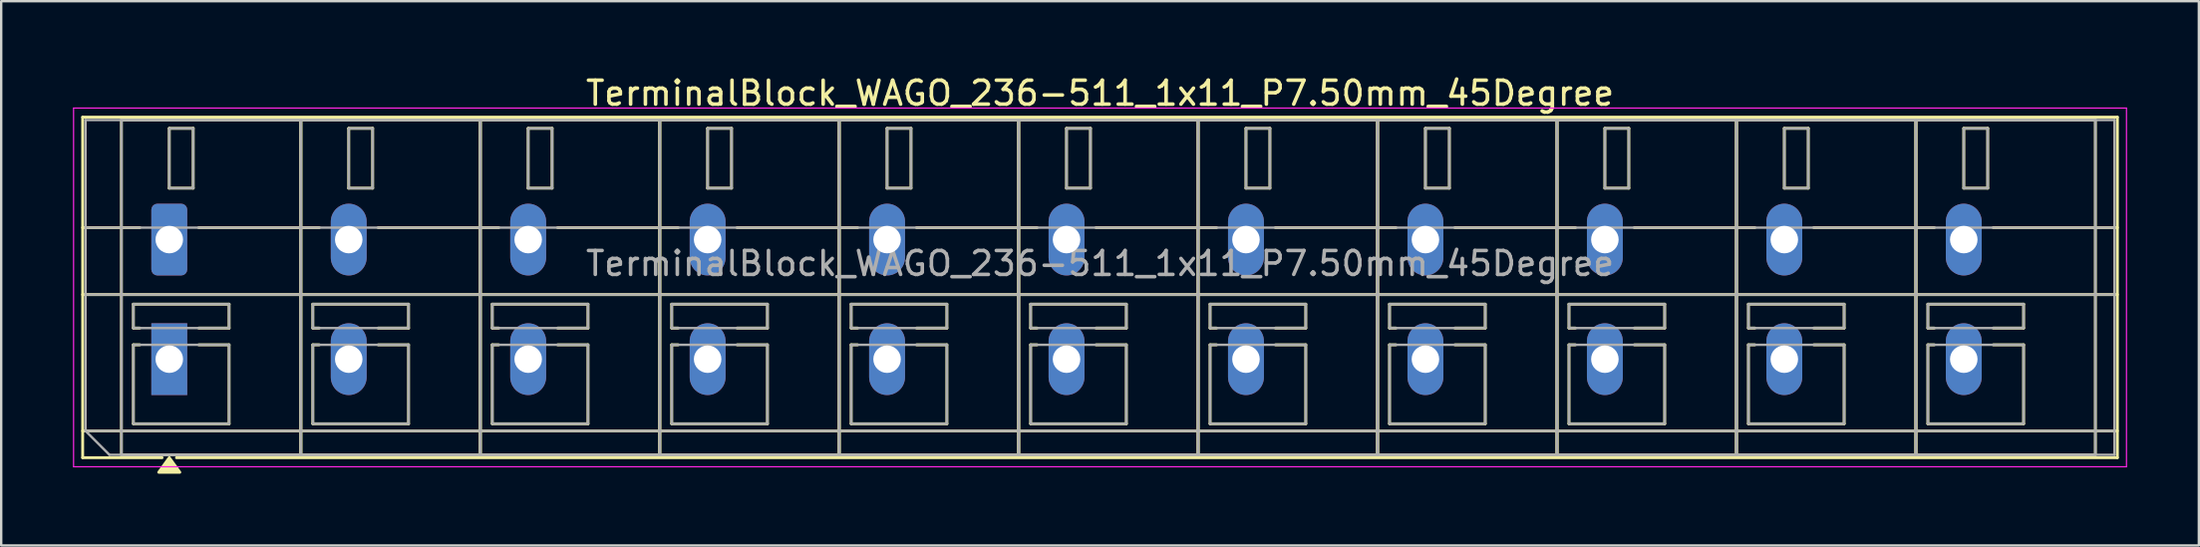
<source format=kicad_pcb>
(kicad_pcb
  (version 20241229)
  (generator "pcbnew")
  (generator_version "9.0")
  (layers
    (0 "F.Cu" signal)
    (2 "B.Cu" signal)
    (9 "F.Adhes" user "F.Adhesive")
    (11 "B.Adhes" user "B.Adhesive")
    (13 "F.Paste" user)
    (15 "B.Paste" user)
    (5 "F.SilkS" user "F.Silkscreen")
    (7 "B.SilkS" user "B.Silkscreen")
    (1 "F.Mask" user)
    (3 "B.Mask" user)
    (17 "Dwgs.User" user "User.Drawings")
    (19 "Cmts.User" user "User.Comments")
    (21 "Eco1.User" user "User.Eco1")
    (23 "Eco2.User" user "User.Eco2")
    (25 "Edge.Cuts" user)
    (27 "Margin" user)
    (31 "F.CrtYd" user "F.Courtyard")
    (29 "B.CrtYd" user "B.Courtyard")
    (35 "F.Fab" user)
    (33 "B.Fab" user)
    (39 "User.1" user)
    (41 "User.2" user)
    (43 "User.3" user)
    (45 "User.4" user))
  (footprint "TerminalBlock_WAGO_236-511_1x11_P7.50mm_45Degree"
    (layer "F.Cu")
    (at 4.025 6.968)
    (property "Reference" "TerminalBlock_WAGO_236-511_1x11_P7.50mm_45Degree" (at 38.9 -6.12 0) (layer "F.SilkS") (effects (font (size 1 1) (thickness 0.15))))
    (attr through_hole)
    (fp_line (start -3.62 -5.12) (end 81.42 -5.12) (stroke (width 0.12) (type solid)) (layer "F.SilkS"))
    (fp_line (start -3.62 -0.5) (end -1.23 -0.5) (stroke (width 0.12) (type solid)) (layer "F.SilkS"))
    (fp_line (start -3.62 2.3) (end 81.42 2.3) (stroke (width 0.12) (type solid)) (layer "F.SilkS"))
    (fp_line (start -3.62 8) (end 81.42 8) (stroke (width 0.12) (type solid)) (layer "F.SilkS"))
    (fp_line (start -3.62 9.12) (end -3.62 -5.12) (stroke (width 0.12) (type solid)) (layer "F.SilkS"))
    (fp_line (start -2 -5) (end 5.5 -5) (stroke (width 0.12) (type solid)) (layer "F.SilkS"))
    (fp_line (start -2 9) (end -2 -5) (stroke (width 0.12) (type solid)) (layer "F.SilkS"))
    (fp_line (start -1.5 2.7) (end 2.5 2.7) (stroke (width 0.12) (type solid)) (layer "F.SilkS"))
    (fp_line (start -1.5 3.7) (end -1.5 2.7) (stroke (width 0.12) (type solid)) (layer "F.SilkS"))
    (fp_line (start -1.5 4.4) (end -1.23 4.4) (stroke (width 0.12) (type solid)) (layer "F.SilkS"))
    (fp_line (start -1.5 7.7) (end -1.5 4.4) (stroke (width 0.12) (type solid)) (layer "F.SilkS"))
    (fp_line (start -1.23 3.7) (end -1.5 3.7) (stroke (width 0.12) (type solid)) (layer "F.SilkS"))
    (fp_line (start -0.3 9.12) (end -3.62 9.12) (stroke (width 0.12) (type solid)) (layer "F.SilkS"))
    (fp_line (start 0 -4.65) (end 1 -4.65) (stroke (width 0.12) (type solid)) (layer "F.SilkS"))
    (fp_line (start 0 -2.15) (end 0 -4.65) (stroke (width 0.12) (type solid)) (layer "F.SilkS"))
    (fp_line (start 1 -4.65) (end 1 -2.15) (stroke (width 0.12) (type solid)) (layer "F.SilkS"))
    (fp_line (start 1 -2.15) (end 0 -2.15) (stroke (width 0.12) (type solid)) (layer "F.SilkS"))
    (fp_line (start 1.23 -0.5) (end 6.27 -0.5) (stroke (width 0.12) (type solid)) (layer "F.SilkS"))
    (fp_line (start 1.23 4.4) (end 2.5 4.4) (stroke (width 0.12) (type solid)) (layer "F.SilkS"))
    (fp_line (start 2.5 2.7) (end 2.5 3.7) (stroke (width 0.12) (type solid)) (layer "F.SilkS"))
    (fp_line (start 2.5 3.7) (end 1.23 3.7) (stroke (width 0.12) (type solid)) (layer "F.SilkS"))
    (fp_line (start 2.5 4.4) (end 2.5 7.7) (stroke (width 0.12) (type solid)) (layer "F.SilkS"))
    (fp_line (start 2.5 7.7) (end -1.5 7.7) (stroke (width 0.12) (type solid)) (layer "F.SilkS"))
    (fp_line (start 5.5 -5) (end 5.5 9) (stroke (width 0.12) (type solid)) (layer "F.SilkS"))
    (fp_line (start 5.5 -5) (end 13 -5) (stroke (width 0.12) (type solid)) (layer "F.SilkS"))
    (fp_line (start 5.5 9) (end -2 9) (stroke (width 0.12) (type solid)) (layer "F.SilkS"))
    (fp_line (start 5.5 9) (end 5.5 -5) (stroke (width 0.12) (type solid)) (layer "F.SilkS"))
    (fp_line (start 6 2.7) (end 10 2.7) (stroke (width 0.12) (type solid)) (layer "F.SilkS"))
    (fp_line (start 6 3.7) (end 6 2.7) (stroke (width 0.12) (type solid)) (layer "F.SilkS"))
    (fp_line (start 6 4.4) (end 6.27 4.4) (stroke (width 0.12) (type solid)) (layer "F.SilkS"))
    (fp_line (start 6 7.7) (end 6 4.4) (stroke (width 0.12) (type solid)) (layer "F.SilkS"))
    (fp_line (start 6.27 3.7) (end 6 3.7) (stroke (width 0.12) (type solid)) (layer "F.SilkS"))
    (fp_line (start 7.5 -4.65) (end 8.5 -4.65) (stroke (width 0.12) (type solid)) (layer "F.SilkS"))
    (fp_line (start 7.5 -2.15) (end 7.5 -4.65) (stroke (width 0.12) (type solid)) (layer "F.SilkS"))
    (fp_line (start 8.5 -4.65) (end 8.5 -2.15) (stroke (width 0.12) (type solid)) (layer "F.SilkS"))
    (fp_line (start 8.5 -2.15) (end 7.5 -2.15) (stroke (width 0.12) (type solid)) (layer "F.SilkS"))
    (fp_line (start 8.73 -0.5) (end 13.77 -0.5) (stroke (width 0.12) (type solid)) (layer "F.SilkS"))
    (fp_line (start 8.73 4.4) (end 10 4.4) (stroke (width 0.12) (type solid)) (layer "F.SilkS"))
    (fp_line (start 10 2.7) (end 10 3.7) (stroke (width 0.12) (type solid)) (layer "F.SilkS"))
    (fp_line (start 10 3.7) (end 8.73 3.7) (stroke (width 0.12) (type solid)) (layer "F.SilkS"))
    (fp_line (start 10 4.4) (end 10 7.7) (stroke (width 0.12) (type solid)) (layer "F.SilkS"))
    (fp_line (start 10 7.7) (end 6 7.7) (stroke (width 0.12) (type solid)) (layer "F.SilkS"))
    (fp_line (start 13 -5) (end 13 9) (stroke (width 0.12) (type solid)) (layer "F.SilkS"))
    (fp_line (start 13 -5) (end 20.5 -5) (stroke (width 0.12) (type solid)) (layer "F.SilkS"))
    (fp_line (start 13 9) (end 5.5 9) (stroke (width 0.12) (type solid)) (layer "F.SilkS"))
    (fp_line (start 13 9) (end 13 -5) (stroke (width 0.12) (type solid)) (layer "F.SilkS"))
    (fp_line (start 13.5 2.7) (end 17.5 2.7) (stroke (width 0.12) (type solid)) (layer "F.SilkS"))
    (fp_line (start 13.5 3.7) (end 13.5 2.7) (stroke (width 0.12) (type solid)) (layer "F.SilkS"))
    (fp_line (start 13.5 4.4) (end 13.77 4.4) (stroke (width 0.12) (type solid)) (layer "F.SilkS"))
    (fp_line (start 13.5 7.7) (end 13.5 4.4) (stroke (width 0.12) (type solid)) (layer "F.SilkS"))
    (fp_line (start 13.77 3.7) (end 13.5 3.7) (stroke (width 0.12) (type solid)) (layer "F.SilkS"))
    (fp_line (start 15 -4.65) (end 16 -4.65) (stroke (width 0.12) (type solid)) (layer "F.SilkS"))
    (fp_line (start 15 -2.15) (end 15 -4.65) (stroke (width 0.12) (type solid)) (layer "F.SilkS"))
    (fp_line (start 16 -4.65) (end 16 -2.15) (stroke (width 0.12) (type solid)) (layer "F.SilkS"))
    (fp_line (start 16 -2.15) (end 15 -2.15) (stroke (width 0.12) (type solid)) (layer "F.SilkS"))
    (fp_line (start 16.23 -0.5) (end 21.27 -0.5) (stroke (width 0.12) (type solid)) (layer "F.SilkS"))
    (fp_line (start 16.23 4.4) (end 17.5 4.4) (stroke (width 0.12) (type solid)) (layer "F.SilkS"))
    (fp_line (start 17.5 2.7) (end 17.5 3.7) (stroke (width 0.12) (type solid)) (layer "F.SilkS"))
    (fp_line (start 17.5 3.7) (end 16.23 3.7) (stroke (width 0.12) (type solid)) (layer "F.SilkS"))
    (fp_line (start 17.5 4.4) (end 17.5 7.7) (stroke (width 0.12) (type solid)) (layer "F.SilkS"))
    (fp_line (start 17.5 7.7) (end 13.5 7.7) (stroke (width 0.12) (type solid)) (layer "F.SilkS"))
    (fp_line (start 20.5 -5) (end 20.5 9) (stroke (width 0.12) (type solid)) (layer "F.SilkS"))
    (fp_line (start 20.5 -5) (end 28 -5) (stroke (width 0.12) (type solid)) (layer "F.SilkS"))
    (fp_line (start 20.5 9) (end 13 9) (stroke (width 0.12) (type solid)) (layer "F.SilkS"))
    (fp_line (start 20.5 9) (end 20.5 -5) (stroke (width 0.12) (type solid)) (layer "F.SilkS"))
    (fp_line (start 21 2.7) (end 25 2.7) (stroke (width 0.12) (type solid)) (layer "F.SilkS"))
    (fp_line (start 21 3.7) (end 21 2.7) (stroke (width 0.12) (type solid)) (layer "F.SilkS"))
    (fp_line (start 21 4.4) (end 21.27 4.4) (stroke (width 0.12) (type solid)) (layer "F.SilkS"))
    (fp_line (start 21 7.7) (end 21 4.4) (stroke (width 0.12) (type solid)) (layer "F.SilkS"))
    (fp_line (start 21.27 3.7) (end 21 3.7) (stroke (width 0.12) (type solid)) (layer "F.SilkS"))
    (fp_line (start 22.5 -4.65) (end 23.5 -4.65) (stroke (width 0.12) (type solid)) (layer "F.SilkS"))
    (fp_line (start 22.5 -2.15) (end 22.5 -4.65) (stroke (width 0.12) (type solid)) (layer "F.SilkS"))
    (fp_line (start 23.5 -4.65) (end 23.5 -2.15) (stroke (width 0.12) (type solid)) (layer "F.SilkS"))
    (fp_line (start 23.5 -2.15) (end 22.5 -2.15) (stroke (width 0.12) (type solid)) (layer "F.SilkS"))
    (fp_line (start 23.73 -0.5) (end 28.77 -0.5) (stroke (width 0.12) (type solid)) (layer "F.SilkS"))
    (fp_line (start 23.73 4.4) (end 25 4.4) (stroke (width 0.12) (type solid)) (layer "F.SilkS"))
    (fp_line (start 25 2.7) (end 25 3.7) (stroke (width 0.12) (type solid)) (layer "F.SilkS"))
    (fp_line (start 25 3.7) (end 23.73 3.7) (stroke (width 0.12) (type solid)) (layer "F.SilkS"))
    (fp_line (start 25 4.4) (end 25 7.7) (stroke (width 0.12) (type solid)) (layer "F.SilkS"))
    (fp_line (start 25 7.7) (end 21 7.7) (stroke (width 0.12) (type solid)) (layer "F.SilkS"))
    (fp_line (start 28 -5) (end 28 9) (stroke (width 0.12) (type solid)) (layer "F.SilkS"))
    (fp_line (start 28 -5) (end 35.5 -5) (stroke (width 0.12) (type solid)) (layer "F.SilkS"))
    (fp_line (start 28 9) (end 20.5 9) (stroke (width 0.12) (type solid)) (layer "F.SilkS"))
    (fp_line (start 28 9) (end 28 -5) (stroke (width 0.12) (type solid)) (layer "F.SilkS"))
    (fp_line (start 28.5 2.7) (end 32.5 2.7) (stroke (width 0.12) (type solid)) (layer "F.SilkS"))
    (fp_line (start 28.5 3.7) (end 28.5 2.7) (stroke (width 0.12) (type solid)) (layer "F.SilkS"))
    (fp_line (start 28.5 4.4) (end 28.77 4.4) (stroke (width 0.12) (type solid)) (layer "F.SilkS"))
    (fp_line (start 28.5 7.7) (end 28.5 4.4) (stroke (width 0.12) (type solid)) (layer "F.SilkS"))
    (fp_line (start 28.77 3.7) (end 28.5 3.7) (stroke (width 0.12) (type solid)) (layer "F.SilkS"))
    (fp_line (start 30 -4.65) (end 31 -4.65) (stroke (width 0.12) (type solid)) (layer "F.SilkS"))
    (fp_line (start 30 -2.15) (end 30 -4.65) (stroke (width 0.12) (type solid)) (layer "F.SilkS"))
    (fp_line (start 31 -4.65) (end 31 -2.15) (stroke (width 0.12) (type solid)) (layer "F.SilkS"))
    (fp_line (start 31 -2.15) (end 30 -2.15) (stroke (width 0.12) (type solid)) (layer "F.SilkS"))
    (fp_line (start 31.23 -0.5) (end 36.27 -0.5) (stroke (width 0.12) (type solid)) (layer "F.SilkS"))
    (fp_line (start 31.23 4.4) (end 32.5 4.4) (stroke (width 0.12) (type solid)) (layer "F.SilkS"))
    (fp_line (start 32.5 2.7) (end 32.5 3.7) (stroke (width 0.12) (type solid)) (layer "F.SilkS"))
    (fp_line (start 32.5 3.7) (end 31.23 3.7) (stroke (width 0.12) (type solid)) (layer "F.SilkS"))
    (fp_line (start 32.5 4.4) (end 32.5 7.7) (stroke (width 0.12) (type solid)) (layer "F.SilkS"))
    (fp_line (start 32.5 7.7) (end 28.5 7.7) (stroke (width 0.12) (type solid)) (layer "F.SilkS"))
    (fp_line (start 35.5 -5) (end 35.5 9) (stroke (width 0.12) (type solid)) (layer "F.SilkS"))
    (fp_line (start 35.5 -5) (end 43 -5) (stroke (width 0.12) (type solid)) (layer "F.SilkS"))
    (fp_line (start 35.5 9) (end 28 9) (stroke (width 0.12) (type solid)) (layer "F.SilkS"))
    (fp_line (start 35.5 9) (end 35.5 -5) (stroke (width 0.12) (type solid)) (layer "F.SilkS"))
    (fp_line (start 36 2.7) (end 40 2.7) (stroke (width 0.12) (type solid)) (layer "F.SilkS"))
    (fp_line (start 36 3.7) (end 36 2.7) (stroke (width 0.12) (type solid)) (layer "F.SilkS"))
    (fp_line (start 36 4.4) (end 36.27 4.4) (stroke (width 0.12) (type solid)) (layer "F.SilkS"))
    (fp_line (start 36 7.7) (end 36 4.4) (stroke (width 0.12) (type solid)) (layer "F.SilkS"))
    (fp_line (start 36.27 3.7) (end 36 3.7) (stroke (width 0.12) (type solid)) (layer "F.SilkS"))
    (fp_line (start 37.5 -4.65) (end 38.5 -4.65) (stroke (width 0.12) (type solid)) (layer "F.SilkS"))
    (fp_line (start 37.5 -2.15) (end 37.5 -4.65) (stroke (width 0.12) (type solid)) (layer "F.SilkS"))
    (fp_line (start 38.5 -4.65) (end 38.5 -2.15) (stroke (width 0.12) (type solid)) (layer "F.SilkS"))
    (fp_line (start 38.5 -2.15) (end 37.5 -2.15) (stroke (width 0.12) (type solid)) (layer "F.SilkS"))
    (fp_line (start 38.73 -0.5) (end 43.77 -0.5) (stroke (width 0.12) (type solid)) (layer "F.SilkS"))
    (fp_line (start 38.73 4.4) (end 40 4.4) (stroke (width 0.12) (type solid)) (layer "F.SilkS"))
    (fp_line (start 40 2.7) (end 40 3.7) (stroke (width 0.12) (type solid)) (layer "F.SilkS"))
    (fp_line (start 40 3.7) (end 38.73 3.7) (stroke (width 0.12) (type solid)) (layer "F.SilkS"))
    (fp_line (start 40 4.4) (end 40 7.7) (stroke (width 0.12) (type solid)) (layer "F.SilkS"))
    (fp_line (start 40 7.7) (end 36 7.7) (stroke (width 0.12) (type solid)) (layer "F.SilkS"))
    (fp_line (start 43 -5) (end 43 9) (stroke (width 0.12) (type solid)) (layer "F.SilkS"))
    (fp_line (start 43 -5) (end 50.5 -5) (stroke (width 0.12) (type solid)) (layer "F.SilkS"))
    (fp_line (start 43 9) (end 35.5 9) (stroke (width 0.12) (type solid)) (layer "F.SilkS"))
    (fp_line (start 43 9) (end 43 -5) (stroke (width 0.12) (type solid)) (layer "F.SilkS"))
    (fp_line (start 43.5 2.7) (end 47.5 2.7) (stroke (width 0.12) (type solid)) (layer "F.SilkS"))
    (fp_line (start 43.5 3.7) (end 43.5 2.7) (stroke (width 0.12) (type solid)) (layer "F.SilkS"))
    (fp_line (start 43.5 4.4) (end 43.77 4.4) (stroke (width 0.12) (type solid)) (layer "F.SilkS"))
    (fp_line (start 43.5 7.7) (end 43.5 4.4) (stroke (width 0.12) (type solid)) (layer "F.SilkS"))
    (fp_line (start 43.77 3.7) (end 43.5 3.7) (stroke (width 0.12) (type solid)) (layer "F.SilkS"))
    (fp_line (start 45 -4.65) (end 46 -4.65) (stroke (width 0.12) (type solid)) (layer "F.SilkS"))
    (fp_line (start 45 -2.15) (end 45 -4.65) (stroke (width 0.12) (type solid)) (layer "F.SilkS"))
    (fp_line (start 46 -4.65) (end 46 -2.15) (stroke (width 0.12) (type solid)) (layer "F.SilkS"))
    (fp_line (start 46 -2.15) (end 45 -2.15) (stroke (width 0.12) (type solid)) (layer "F.SilkS"))
    (fp_line (start 46.23 -0.5) (end 51.27 -0.5) (stroke (width 0.12) (type solid)) (layer "F.SilkS"))
    (fp_line (start 46.23 4.4) (end 47.5 4.4) (stroke (width 0.12) (type solid)) (layer "F.SilkS"))
    (fp_line (start 47.5 2.7) (end 47.5 3.7) (stroke (width 0.12) (type solid)) (layer "F.SilkS"))
    (fp_line (start 47.5 3.7) (end 46.23 3.7) (stroke (width 0.12) (type solid)) (layer "F.SilkS"))
    (fp_line (start 47.5 4.4) (end 47.5 7.7) (stroke (width 0.12) (type solid)) (layer "F.SilkS"))
    (fp_line (start 47.5 7.7) (end 43.5 7.7) (stroke (width 0.12) (type solid)) (layer "F.SilkS"))
    (fp_line (start 50.5 -5) (end 50.5 9) (stroke (width 0.12) (type solid)) (layer "F.SilkS"))
    (fp_line (start 50.5 -5) (end 58 -5) (stroke (width 0.12) (type solid)) (layer "F.SilkS"))
    (fp_line (start 50.5 9) (end 43 9) (stroke (width 0.12) (type solid)) (layer "F.SilkS"))
    (fp_line (start 50.5 9) (end 50.5 -5) (stroke (width 0.12) (type solid)) (layer "F.SilkS"))
    (fp_line (start 51 2.7) (end 55 2.7) (stroke (width 0.12) (type solid)) (layer "F.SilkS"))
    (fp_line (start 51 3.7) (end 51 2.7) (stroke (width 0.12) (type solid)) (layer "F.SilkS"))
    (fp_line (start 51 4.4) (end 51.27 4.4) (stroke (width 0.12) (type solid)) (layer "F.SilkS"))
    (fp_line (start 51 7.7) (end 51 4.4) (stroke (width 0.12) (type solid)) (layer "F.SilkS"))
    (fp_line (start 51.27 3.7) (end 51 3.7) (stroke (width 0.12) (type solid)) (layer "F.SilkS"))
    (fp_line (start 52.5 -4.65) (end 53.5 -4.65) (stroke (width 0.12) (type solid)) (layer "F.SilkS"))
    (fp_line (start 52.5 -2.15) (end 52.5 -4.65) (stroke (width 0.12) (type solid)) (layer "F.SilkS"))
    (fp_line (start 53.5 -4.65) (end 53.5 -2.15) (stroke (width 0.12) (type solid)) (layer "F.SilkS"))
    (fp_line (start 53.5 -2.15) (end 52.5 -2.15) (stroke (width 0.12) (type solid)) (layer "F.SilkS"))
    (fp_line (start 53.73 -0.5) (end 58.77 -0.5) (stroke (width 0.12) (type solid)) (layer "F.SilkS"))
    (fp_line (start 53.73 4.4) (end 55 4.4) (stroke (width 0.12) (type solid)) (layer "F.SilkS"))
    (fp_line (start 55 2.7) (end 55 3.7) (stroke (width 0.12) (type solid)) (layer "F.SilkS"))
    (fp_line (start 55 3.7) (end 53.73 3.7) (stroke (width 0.12) (type solid)) (layer "F.SilkS"))
    (fp_line (start 55 4.4) (end 55 7.7) (stroke (width 0.12) (type solid)) (layer "F.SilkS"))
    (fp_line (start 55 7.7) (end 51 7.7) (stroke (width 0.12) (type solid)) (layer "F.SilkS"))
    (fp_line (start 58 -5) (end 58 9) (stroke (width 0.12) (type solid)) (layer "F.SilkS"))
    (fp_line (start 58 -5) (end 65.5 -5) (stroke (width 0.12) (type solid)) (layer "F.SilkS"))
    (fp_line (start 58 9) (end 50.5 9) (stroke (width 0.12) (type solid)) (layer "F.SilkS"))
    (fp_line (start 58 9) (end 58 -5) (stroke (width 0.12) (type solid)) (layer "F.SilkS"))
    (fp_line (start 58.5 2.7) (end 62.5 2.7) (stroke (width 0.12) (type solid)) (layer "F.SilkS"))
    (fp_line (start 58.5 3.7) (end 58.5 2.7) (stroke (width 0.12) (type solid)) (layer "F.SilkS"))
    (fp_line (start 58.5 4.4) (end 58.77 4.4) (stroke (width 0.12) (type solid)) (layer "F.SilkS"))
    (fp_line (start 58.5 7.7) (end 58.5 4.4) (stroke (width 0.12) (type solid)) (layer "F.SilkS"))
    (fp_line (start 58.77 3.7) (end 58.5 3.7) (stroke (width 0.12) (type solid)) (layer "F.SilkS"))
    (fp_line (start 60 -4.65) (end 61 -4.65) (stroke (width 0.12) (type solid)) (layer "F.SilkS"))
    (fp_line (start 60 -2.15) (end 60 -4.65) (stroke (width 0.12) (type solid)) (layer "F.SilkS"))
    (fp_line (start 61 -4.65) (end 61 -2.15) (stroke (width 0.12) (type solid)) (layer "F.SilkS"))
    (fp_line (start 61 -2.15) (end 60 -2.15) (stroke (width 0.12) (type solid)) (layer "F.SilkS"))
    (fp_line (start 61.23 -0.5) (end 66.27 -0.5) (stroke (width 0.12) (type solid)) (layer "F.SilkS"))
    (fp_line (start 61.23 4.4) (end 62.5 4.4) (stroke (width 0.12) (type solid)) (layer "F.SilkS"))
    (fp_line (start 62.5 2.7) (end 62.5 3.7) (stroke (width 0.12) (type solid)) (layer "F.SilkS"))
    (fp_line (start 62.5 3.7) (end 61.23 3.7) (stroke (width 0.12) (type solid)) (layer "F.SilkS"))
    (fp_line (start 62.5 4.4) (end 62.5 7.7) (stroke (width 0.12) (type solid)) (layer "F.SilkS"))
    (fp_line (start 62.5 7.7) (end 58.5 7.7) (stroke (width 0.12) (type solid)) (layer "F.SilkS"))
    (fp_line (start 65.5 -5) (end 65.5 9) (stroke (width 0.12) (type solid)) (layer "F.SilkS"))
    (fp_line (start 65.5 -5) (end 73 -5) (stroke (width 0.12) (type solid)) (layer "F.SilkS"))
    (fp_line (start 65.5 9) (end 58 9) (stroke (width 0.12) (type solid)) (layer "F.SilkS"))
    (fp_line (start 65.5 9) (end 65.5 -5) (stroke (width 0.12) (type solid)) (layer "F.SilkS"))
    (fp_line (start 66 2.7) (end 70 2.7) (stroke (width 0.12) (type solid)) (layer "F.SilkS"))
    (fp_line (start 66 3.7) (end 66 2.7) (stroke (width 0.12) (type solid)) (layer "F.SilkS"))
    (fp_line (start 66 4.4) (end 66.27 4.4) (stroke (width 0.12) (type solid)) (layer "F.SilkS"))
    (fp_line (start 66 7.7) (end 66 4.4) (stroke (width 0.12) (type solid)) (layer "F.SilkS"))
    (fp_line (start 66.27 3.7) (end 66 3.7) (stroke (width 0.12) (type solid)) (layer "F.SilkS"))
    (fp_line (start 67.5 -4.65) (end 68.5 -4.65) (stroke (width 0.12) (type solid)) (layer "F.SilkS"))
    (fp_line (start 67.5 -2.15) (end 67.5 -4.65) (stroke (width 0.12) (type solid)) (layer "F.SilkS"))
    (fp_line (start 68.5 -4.65) (end 68.5 -2.15) (stroke (width 0.12) (type solid)) (layer "F.SilkS"))
    (fp_line (start 68.5 -2.15) (end 67.5 -2.15) (stroke (width 0.12) (type solid)) (layer "F.SilkS"))
    (fp_line (start 68.73 -0.5) (end 73.77 -0.5) (stroke (width 0.12) (type solid)) (layer "F.SilkS"))
    (fp_line (start 68.73 4.4) (end 70 4.4) (stroke (width 0.12) (type solid)) (layer "F.SilkS"))
    (fp_line (start 70 2.7) (end 70 3.7) (stroke (width 0.12) (type solid)) (layer "F.SilkS"))
    (fp_line (start 70 3.7) (end 68.73 3.7) (stroke (width 0.12) (type solid)) (layer "F.SilkS"))
    (fp_line (start 70 4.4) (end 70 7.7) (stroke (width 0.12) (type solid)) (layer "F.SilkS"))
    (fp_line (start 70 7.7) (end 66 7.7) (stroke (width 0.12) (type solid)) (layer "F.SilkS"))
    (fp_line (start 73 -5) (end 73 9) (stroke (width 0.12) (type solid)) (layer "F.SilkS"))
    (fp_line (start 73 -5) (end 80.5 -5) (stroke (width 0.12) (type solid)) (layer "F.SilkS"))
    (fp_line (start 73 9) (end 65.5 9) (stroke (width 0.12) (type solid)) (layer "F.SilkS"))
    (fp_line (start 73 9) (end 73 -5) (stroke (width 0.12) (type solid)) (layer "F.SilkS"))
    (fp_line (start 73.5 2.7) (end 77.5 2.7) (stroke (width 0.12) (type solid)) (layer "F.SilkS"))
    (fp_line (start 73.5 3.7) (end 73.5 2.7) (stroke (width 0.12) (type solid)) (layer "F.SilkS"))
    (fp_line (start 73.5 4.4) (end 73.77 4.4) (stroke (width 0.12) (type solid)) (layer "F.SilkS"))
    (fp_line (start 73.5 7.7) (end 73.5 4.4) (stroke (width 0.12) (type solid)) (layer "F.SilkS"))
    (fp_line (start 73.77 3.7) (end 73.5 3.7) (stroke (width 0.12) (type solid)) (layer "F.SilkS"))
    (fp_line (start 75 -4.65) (end 76 -4.65) (stroke (width 0.12) (type solid)) (layer "F.SilkS"))
    (fp_line (start 75 -2.15) (end 75 -4.65) (stroke (width 0.12) (type solid)) (layer "F.SilkS"))
    (fp_line (start 76 -4.65) (end 76 -2.15) (stroke (width 0.12) (type solid)) (layer "F.SilkS"))
    (fp_line (start 76 -2.15) (end 75 -2.15) (stroke (width 0.12) (type solid)) (layer "F.SilkS"))
    (fp_line (start 76.23 -0.5) (end 81.42 -0.5) (stroke (width 0.12) (type solid)) (layer "F.SilkS"))
    (fp_line (start 76.23 4.4) (end 77.5 4.4) (stroke (width 0.12) (type solid)) (layer "F.SilkS"))
    (fp_line (start 77.5 2.7) (end 77.5 3.7) (stroke (width 0.12) (type solid)) (layer "F.SilkS"))
    (fp_line (start 77.5 3.7) (end 76.23 3.7) (stroke (width 0.12) (type solid)) (layer "F.SilkS"))
    (fp_line (start 77.5 4.4) (end 77.5 7.7) (stroke (width 0.12) (type solid)) (layer "F.SilkS"))
    (fp_line (start 77.5 7.7) (end 73.5 7.7) (stroke (width 0.12) (type solid)) (layer "F.SilkS"))
    (fp_line (start 80.5 -5) (end 80.5 9) (stroke (width 0.12) (type solid)) (layer "F.SilkS"))
    (fp_line (start 80.5 9) (end 73 9) (stroke (width 0.12) (type solid)) (layer "F.SilkS"))
    (fp_line (start 81.42 -5.12) (end 81.42 9.12) (stroke (width 0.12) (type solid)) (layer "F.SilkS"))
    (fp_line (start 81.42 9.12) (end 0.3 9.12) (stroke (width 0.12) (type solid)) (layer "F.SilkS"))
    (fp_poly (pts (xy 0 9.12) (xy 0.44 9.73) (xy -0.44 9.73)) (stroke (width 0.12) (type solid)) (fill yes) (layer "F.SilkS"))
    (fp_line (start -4 -5.5) (end -4 9.5) (stroke (width 0.05) (type solid)) (layer "F.CrtYd"))
    (fp_line (start -4 9.5) (end 81.8 9.5) (stroke (width 0.05) (type solid)) (layer "F.CrtYd"))
    (fp_line (start 81.8 -5.5) (end -4 -5.5) (stroke (width 0.05) (type solid)) (layer "F.CrtYd"))
    (fp_line (start 81.8 9.5) (end 81.8 -5.5) (stroke (width 0.05) (type solid)) (layer "F.CrtYd"))
    (fp_line (start -3.5 -5) (end 81.3 -5) (stroke (width 0.1) (type solid)) (layer "F.Fab"))
    (fp_line (start -3.5 -0.5) (end 81.3 -0.5) (stroke (width 0.1) (type solid)) (layer "F.Fab"))
    (fp_line (start -3.5 2.3) (end 81.3 2.3) (stroke (width 0.1) (type solid)) (layer "F.Fab"))
    (fp_line (start -3.5 8) (end -3.5 -5) (stroke (width 0.1) (type solid)) (layer "F.Fab"))
    (fp_line (start -3.5 8) (end 81.3 8) (stroke (width 0.1) (type solid)) (layer "F.Fab"))
    (fp_line (start -2.5 9) (end -3.5 8) (stroke (width 0.1) (type solid)) (layer "F.Fab"))
    (fp_line (start -2 -5) (end -2 9) (stroke (width 0.1) (type solid)) (layer "F.Fab"))
    (fp_line (start -2 9) (end 5.5 9) (stroke (width 0.1) (type solid)) (layer "F.Fab"))
    (fp_line (start -1.5 2.7) (end -1.5 3.7) (stroke (width 0.1) (type solid)) (layer "F.Fab"))
    (fp_line (start -1.5 3.7) (end 2.5 3.7) (stroke (width 0.1) (type solid)) (layer "F.Fab"))
    (fp_line (start -1.5 4.4) (end -1.5 7.7) (stroke (width 0.1) (type solid)) (layer "F.Fab"))
    (fp_line (start -1.5 7.7) (end 2.5 7.7) (stroke (width 0.1) (type solid)) (layer "F.Fab"))
    (fp_line (start 0 -4.65) (end 0 -2.15) (stroke (width 0.1) (type solid)) (layer "F.Fab"))
    (fp_line (start 0 -2.15) (end 1 -2.15) (stroke (width 0.1) (type solid)) (layer "F.Fab"))
    (fp_line (start 1 -4.65) (end 0 -4.65) (stroke (width 0.1) (type solid)) (layer "F.Fab"))
    (fp_line (start 1 -2.15) (end 1 -4.65) (stroke (width 0.1) (type solid)) (layer "F.Fab"))
    (fp_line (start 2.5 2.7) (end -1.5 2.7) (stroke (width 0.1) (type solid)) (layer "F.Fab"))
    (fp_line (start 2.5 3.7) (end 2.5 2.7) (stroke (width 0.1) (type solid)) (layer "F.Fab"))
    (fp_line (start 2.5 4.4) (end -1.5 4.4) (stroke (width 0.1) (type solid)) (layer "F.Fab"))
    (fp_line (start 2.5 7.7) (end 2.5 4.4) (stroke (width 0.1) (type solid)) (layer "F.Fab"))
    (fp_line (start 5.5 -5) (end -2 -5) (stroke (width 0.1) (type solid)) (layer "F.Fab"))
    (fp_line (start 5.5 -5) (end 5.5 9) (stroke (width 0.1) (type solid)) (layer "F.Fab"))
    (fp_line (start 5.5 9) (end 5.5 -5) (stroke (width 0.1) (type solid)) (layer "F.Fab"))
    (fp_line (start 5.5 9) (end 13 9) (stroke (width 0.1) (type solid)) (layer "F.Fab"))
    (fp_line (start 6 2.7) (end 6 3.7) (stroke (width 0.1) (type solid)) (layer "F.Fab"))
    (fp_line (start 6 3.7) (end 10 3.7) (stroke (width 0.1) (type solid)) (layer "F.Fab"))
    (fp_line (start 6 4.4) (end 6 7.7) (stroke (width 0.1) (type solid)) (layer "F.Fab"))
    (fp_line (start 6 7.7) (end 10 7.7) (stroke (width 0.1) (type solid)) (layer "F.Fab"))
    (fp_line (start 7.5 -4.65) (end 7.5 -2.15) (stroke (width 0.1) (type solid)) (layer "F.Fab"))
    (fp_line (start 7.5 -2.15) (end 8.5 -2.15) (stroke (width 0.1) (type solid)) (layer "F.Fab"))
    (fp_line (start 8.5 -4.65) (end 7.5 -4.65) (stroke (width 0.1) (type solid)) (layer "F.Fab"))
    (fp_line (start 8.5 -2.15) (end 8.5 -4.65) (stroke (width 0.1) (type solid)) (layer "F.Fab"))
    (fp_line (start 10 2.7) (end 6 2.7) (stroke (width 0.1) (type solid)) (layer "F.Fab"))
    (fp_line (start 10 3.7) (end 10 2.7) (stroke (width 0.1) (type solid)) (layer "F.Fab"))
    (fp_line (start 10 4.4) (end 6 4.4) (stroke (width 0.1) (type solid)) (layer "F.Fab"))
    (fp_line (start 10 7.7) (end 10 4.4) (stroke (width 0.1) (type solid)) (layer "F.Fab"))
    (fp_line (start 13 -5) (end 5.5 -5) (stroke (width 0.1) (type solid)) (layer "F.Fab"))
    (fp_line (start 13 -5) (end 13 9) (stroke (width 0.1) (type solid)) (layer "F.Fab"))
    (fp_line (start 13 9) (end 13 -5) (stroke (width 0.1) (type solid)) (layer "F.Fab"))
    (fp_line (start 13 9) (end 20.5 9) (stroke (width 0.1) (type solid)) (layer "F.Fab"))
    (fp_line (start 13.5 2.7) (end 13.5 3.7) (stroke (width 0.1) (type solid)) (layer "F.Fab"))
    (fp_line (start 13.5 3.7) (end 17.5 3.7) (stroke (width 0.1) (type solid)) (layer "F.Fab"))
    (fp_line (start 13.5 4.4) (end 13.5 7.7) (stroke (width 0.1) (type solid)) (layer "F.Fab"))
    (fp_line (start 13.5 7.7) (end 17.5 7.7) (stroke (width 0.1) (type solid)) (layer "F.Fab"))
    (fp_line (start 15 -4.65) (end 15 -2.15) (stroke (width 0.1) (type solid)) (layer "F.Fab"))
    (fp_line (start 15 -2.15) (end 16 -2.15) (stroke (width 0.1) (type solid)) (layer "F.Fab"))
    (fp_line (start 16 -4.65) (end 15 -4.65) (stroke (width 0.1) (type solid)) (layer "F.Fab"))
    (fp_line (start 16 -2.15) (end 16 -4.65) (stroke (width 0.1) (type solid)) (layer "F.Fab"))
    (fp_line (start 17.5 2.7) (end 13.5 2.7) (stroke (width 0.1) (type solid)) (layer "F.Fab"))
    (fp_line (start 17.5 3.7) (end 17.5 2.7) (stroke (width 0.1) (type solid)) (layer "F.Fab"))
    (fp_line (start 17.5 4.4) (end 13.5 4.4) (stroke (width 0.1) (type solid)) (layer "F.Fab"))
    (fp_line (start 17.5 7.7) (end 17.5 4.4) (stroke (width 0.1) (type solid)) (layer "F.Fab"))
    (fp_line (start 20.5 -5) (end 13 -5) (stroke (width 0.1) (type solid)) (layer "F.Fab"))
    (fp_line (start 20.5 -5) (end 20.5 9) (stroke (width 0.1) (type solid)) (layer "F.Fab"))
    (fp_line (start 20.5 9) (end 20.5 -5) (stroke (width 0.1) (type solid)) (layer "F.Fab"))
    (fp_line (start 20.5 9) (end 28 9) (stroke (width 0.1) (type solid)) (layer "F.Fab"))
    (fp_line (start 21 2.7) (end 21 3.7) (stroke (width 0.1) (type solid)) (layer "F.Fab"))
    (fp_line (start 21 3.7) (end 25 3.7) (stroke (width 0.1) (type solid)) (layer "F.Fab"))
    (fp_line (start 21 4.4) (end 21 7.7) (stroke (width 0.1) (type solid)) (layer "F.Fab"))
    (fp_line (start 21 7.7) (end 25 7.7) (stroke (width 0.1) (type solid)) (layer "F.Fab"))
    (fp_line (start 22.5 -4.65) (end 22.5 -2.15) (stroke (width 0.1) (type solid)) (layer "F.Fab"))
    (fp_line (start 22.5 -2.15) (end 23.5 -2.15) (stroke (width 0.1) (type solid)) (layer "F.Fab"))
    (fp_line (start 23.5 -4.65) (end 22.5 -4.65) (stroke (width 0.1) (type solid)) (layer "F.Fab"))
    (fp_line (start 23.5 -2.15) (end 23.5 -4.65) (stroke (width 0.1) (type solid)) (layer "F.Fab"))
    (fp_line (start 25 2.7) (end 21 2.7) (stroke (width 0.1) (type solid)) (layer "F.Fab"))
    (fp_line (start 25 3.7) (end 25 2.7) (stroke (width 0.1) (type solid)) (layer "F.Fab"))
    (fp_line (start 25 4.4) (end 21 4.4) (stroke (width 0.1) (type solid)) (layer "F.Fab"))
    (fp_line (start 25 7.7) (end 25 4.4) (stroke (width 0.1) (type solid)) (layer "F.Fab"))
    (fp_line (start 28 -5) (end 20.5 -5) (stroke (width 0.1) (type solid)) (layer "F.Fab"))
    (fp_line (start 28 -5) (end 28 9) (stroke (width 0.1) (type solid)) (layer "F.Fab"))
    (fp_line (start 28 9) (end 28 -5) (stroke (width 0.1) (type solid)) (layer "F.Fab"))
    (fp_line (start 28 9) (end 35.5 9) (stroke (width 0.1) (type solid)) (layer "F.Fab"))
    (fp_line (start 28.5 2.7) (end 28.5 3.7) (stroke (width 0.1) (type solid)) (layer "F.Fab"))
    (fp_line (start 28.5 3.7) (end 32.5 3.7) (stroke (width 0.1) (type solid)) (layer "F.Fab"))
    (fp_line (start 28.5 4.4) (end 28.5 7.7) (stroke (width 0.1) (type solid)) (layer "F.Fab"))
    (fp_line (start 28.5 7.7) (end 32.5 7.7) (stroke (width 0.1) (type solid)) (layer "F.Fab"))
    (fp_line (start 30 -4.65) (end 30 -2.15) (stroke (width 0.1) (type solid)) (layer "F.Fab"))
    (fp_line (start 30 -2.15) (end 31 -2.15) (stroke (width 0.1) (type solid)) (layer "F.Fab"))
    (fp_line (start 31 -4.65) (end 30 -4.65) (stroke (width 0.1) (type solid)) (layer "F.Fab"))
    (fp_line (start 31 -2.15) (end 31 -4.65) (stroke (width 0.1) (type solid)) (layer "F.Fab"))
    (fp_line (start 32.5 2.7) (end 28.5 2.7) (stroke (width 0.1) (type solid)) (layer "F.Fab"))
    (fp_line (start 32.5 3.7) (end 32.5 2.7) (stroke (width 0.1) (type solid)) (layer "F.Fab"))
    (fp_line (start 32.5 4.4) (end 28.5 4.4) (stroke (width 0.1) (type solid)) (layer "F.Fab"))
    (fp_line (start 32.5 7.7) (end 32.5 4.4) (stroke (width 0.1) (type solid)) (layer "F.Fab"))
    (fp_line (start 35.5 -5) (end 28 -5) (stroke (width 0.1) (type solid)) (layer "F.Fab"))
    (fp_line (start 35.5 -5) (end 35.5 9) (stroke (width 0.1) (type solid)) (layer "F.Fab"))
    (fp_line (start 35.5 9) (end 35.5 -5) (stroke (width 0.1) (type solid)) (layer "F.Fab"))
    (fp_line (start 35.5 9) (end 43 9) (stroke (width 0.1) (type solid)) (layer "F.Fab"))
    (fp_line (start 36 2.7) (end 36 3.7) (stroke (width 0.1) (type solid)) (layer "F.Fab"))
    (fp_line (start 36 3.7) (end 40 3.7) (stroke (width 0.1) (type solid)) (layer "F.Fab"))
    (fp_line (start 36 4.4) (end 36 7.7) (stroke (width 0.1) (type solid)) (layer "F.Fab"))
    (fp_line (start 36 7.7) (end 40 7.7) (stroke (width 0.1) (type solid)) (layer "F.Fab"))
    (fp_line (start 37.5 -4.65) (end 37.5 -2.15) (stroke (width 0.1) (type solid)) (layer "F.Fab"))
    (fp_line (start 37.5 -2.15) (end 38.5 -2.15) (stroke (width 0.1) (type solid)) (layer "F.Fab"))
    (fp_line (start 38.5 -4.65) (end 37.5 -4.65) (stroke (width 0.1) (type solid)) (layer "F.Fab"))
    (fp_line (start 38.5 -2.15) (end 38.5 -4.65) (stroke (width 0.1) (type solid)) (layer "F.Fab"))
    (fp_line (start 40 2.7) (end 36 2.7) (stroke (width 0.1) (type solid)) (layer "F.Fab"))
    (fp_line (start 40 3.7) (end 40 2.7) (stroke (width 0.1) (type solid)) (layer "F.Fab"))
    (fp_line (start 40 4.4) (end 36 4.4) (stroke (width 0.1) (type solid)) (layer "F.Fab"))
    (fp_line (start 40 7.7) (end 40 4.4) (stroke (width 0.1) (type solid)) (layer "F.Fab"))
    (fp_line (start 43 -5) (end 35.5 -5) (stroke (width 0.1) (type solid)) (layer "F.Fab"))
    (fp_line (start 43 -5) (end 43 9) (stroke (width 0.1) (type solid)) (layer "F.Fab"))
    (fp_line (start 43 9) (end 43 -5) (stroke (width 0.1) (type solid)) (layer "F.Fab"))
    (fp_line (start 43 9) (end 50.5 9) (stroke (width 0.1) (type solid)) (layer "F.Fab"))
    (fp_line (start 43.5 2.7) (end 43.5 3.7) (stroke (width 0.1) (type solid)) (layer "F.Fab"))
    (fp_line (start 43.5 3.7) (end 47.5 3.7) (stroke (width 0.1) (type solid)) (layer "F.Fab"))
    (fp_line (start 43.5 4.4) (end 43.5 7.7) (stroke (width 0.1) (type solid)) (layer "F.Fab"))
    (fp_line (start 43.5 7.7) (end 47.5 7.7) (stroke (width 0.1) (type solid)) (layer "F.Fab"))
    (fp_line (start 45 -4.65) (end 45 -2.15) (stroke (width 0.1) (type solid)) (layer "F.Fab"))
    (fp_line (start 45 -2.15) (end 46 -2.15) (stroke (width 0.1) (type solid)) (layer "F.Fab"))
    (fp_line (start 46 -4.65) (end 45 -4.65) (stroke (width 0.1) (type solid)) (layer "F.Fab"))
    (fp_line (start 46 -2.15) (end 46 -4.65) (stroke (width 0.1) (type solid)) (layer "F.Fab"))
    (fp_line (start 47.5 2.7) (end 43.5 2.7) (stroke (width 0.1) (type solid)) (layer "F.Fab"))
    (fp_line (start 47.5 3.7) (end 47.5 2.7) (stroke (width 0.1) (type solid)) (layer "F.Fab"))
    (fp_line (start 47.5 4.4) (end 43.5 4.4) (stroke (width 0.1) (type solid)) (layer "F.Fab"))
    (fp_line (start 47.5 7.7) (end 47.5 4.4) (stroke (width 0.1) (type solid)) (layer "F.Fab"))
    (fp_line (start 50.5 -5) (end 43 -5) (stroke (width 0.1) (type solid)) (layer "F.Fab"))
    (fp_line (start 50.5 -5) (end 50.5 9) (stroke (width 0.1) (type solid)) (layer "F.Fab"))
    (fp_line (start 50.5 9) (end 50.5 -5) (stroke (width 0.1) (type solid)) (layer "F.Fab"))
    (fp_line (start 50.5 9) (end 58 9) (stroke (width 0.1) (type solid)) (layer "F.Fab"))
    (fp_line (start 51 2.7) (end 51 3.7) (stroke (width 0.1) (type solid)) (layer "F.Fab"))
    (fp_line (start 51 3.7) (end 55 3.7) (stroke (width 0.1) (type solid)) (layer "F.Fab"))
    (fp_line (start 51 4.4) (end 51 7.7) (stroke (width 0.1) (type solid)) (layer "F.Fab"))
    (fp_line (start 51 7.7) (end 55 7.7) (stroke (width 0.1) (type solid)) (layer "F.Fab"))
    (fp_line (start 52.5 -4.65) (end 52.5 -2.15) (stroke (width 0.1) (type solid)) (layer "F.Fab"))
    (fp_line (start 52.5 -2.15) (end 53.5 -2.15) (stroke (width 0.1) (type solid)) (layer "F.Fab"))
    (fp_line (start 53.5 -4.65) (end 52.5 -4.65) (stroke (width 0.1) (type solid)) (layer "F.Fab"))
    (fp_line (start 53.5 -2.15) (end 53.5 -4.65) (stroke (width 0.1) (type solid)) (layer "F.Fab"))
    (fp_line (start 55 2.7) (end 51 2.7) (stroke (width 0.1) (type solid)) (layer "F.Fab"))
    (fp_line (start 55 3.7) (end 55 2.7) (stroke (width 0.1) (type solid)) (layer "F.Fab"))
    (fp_line (start 55 4.4) (end 51 4.4) (stroke (width 0.1) (type solid)) (layer "F.Fab"))
    (fp_line (start 55 7.7) (end 55 4.4) (stroke (width 0.1) (type solid)) (layer "F.Fab"))
    (fp_line (start 58 -5) (end 50.5 -5) (stroke (width 0.1) (type solid)) (layer "F.Fab"))
    (fp_line (start 58 -5) (end 58 9) (stroke (width 0.1) (type solid)) (layer "F.Fab"))
    (fp_line (start 58 9) (end 58 -5) (stroke (width 0.1) (type solid)) (layer "F.Fab"))
    (fp_line (start 58 9) (end 65.5 9) (stroke (width 0.1) (type solid)) (layer "F.Fab"))
    (fp_line (start 58.5 2.7) (end 58.5 3.7) (stroke (width 0.1) (type solid)) (layer "F.Fab"))
    (fp_line (start 58.5 3.7) (end 62.5 3.7) (stroke (width 0.1) (type solid)) (layer "F.Fab"))
    (fp_line (start 58.5 4.4) (end 58.5 7.7) (stroke (width 0.1) (type solid)) (layer "F.Fab"))
    (fp_line (start 58.5 7.7) (end 62.5 7.7) (stroke (width 0.1) (type solid)) (layer "F.Fab"))
    (fp_line (start 60 -4.65) (end 60 -2.15) (stroke (width 0.1) (type solid)) (layer "F.Fab"))
    (fp_line (start 60 -2.15) (end 61 -2.15) (stroke (width 0.1) (type solid)) (layer "F.Fab"))
    (fp_line (start 61 -4.65) (end 60 -4.65) (stroke (width 0.1) (type solid)) (layer "F.Fab"))
    (fp_line (start 61 -2.15) (end 61 -4.65) (stroke (width 0.1) (type solid)) (layer "F.Fab"))
    (fp_line (start 62.5 2.7) (end 58.5 2.7) (stroke (width 0.1) (type solid)) (layer "F.Fab"))
    (fp_line (start 62.5 3.7) (end 62.5 2.7) (stroke (width 0.1) (type solid)) (layer "F.Fab"))
    (fp_line (start 62.5 4.4) (end 58.5 4.4) (stroke (width 0.1) (type solid)) (layer "F.Fab"))
    (fp_line (start 62.5 7.7) (end 62.5 4.4) (stroke (width 0.1) (type solid)) (layer "F.Fab"))
    (fp_line (start 65.5 -5) (end 58 -5) (stroke (width 0.1) (type solid)) (layer "F.Fab"))
    (fp_line (start 65.5 -5) (end 65.5 9) (stroke (width 0.1) (type solid)) (layer "F.Fab"))
    (fp_line (start 65.5 9) (end 65.5 -5) (stroke (width 0.1) (type solid)) (layer "F.Fab"))
    (fp_line (start 65.5 9) (end 73 9) (stroke (width 0.1) (type solid)) (layer "F.Fab"))
    (fp_line (start 66 2.7) (end 66 3.7) (stroke (width 0.1) (type solid)) (layer "F.Fab"))
    (fp_line (start 66 3.7) (end 70 3.7) (stroke (width 0.1) (type solid)) (layer "F.Fab"))
    (fp_line (start 66 4.4) (end 66 7.7) (stroke (width 0.1) (type solid)) (layer "F.Fab"))
    (fp_line (start 66 7.7) (end 70 7.7) (stroke (width 0.1) (type solid)) (layer "F.Fab"))
    (fp_line (start 67.5 -4.65) (end 67.5 -2.15) (stroke (width 0.1) (type solid)) (layer "F.Fab"))
    (fp_line (start 67.5 -2.15) (end 68.5 -2.15) (stroke (width 0.1) (type solid)) (layer "F.Fab"))
    (fp_line (start 68.5 -4.65) (end 67.5 -4.65) (stroke (width 0.1) (type solid)) (layer "F.Fab"))
    (fp_line (start 68.5 -2.15) (end 68.5 -4.65) (stroke (width 0.1) (type solid)) (layer "F.Fab"))
    (fp_line (start 70 2.7) (end 66 2.7) (stroke (width 0.1) (type solid)) (layer "F.Fab"))
    (fp_line (start 70 3.7) (end 70 2.7) (stroke (width 0.1) (type solid)) (layer "F.Fab"))
    (fp_line (start 70 4.4) (end 66 4.4) (stroke (width 0.1) (type solid)) (layer "F.Fab"))
    (fp_line (start 70 7.7) (end 70 4.4) (stroke (width 0.1) (type solid)) (layer "F.Fab"))
    (fp_line (start 73 -5) (end 65.5 -5) (stroke (width 0.1) (type solid)) (layer "F.Fab"))
    (fp_line (start 73 -5) (end 73 9) (stroke (width 0.1) (type solid)) (layer "F.Fab"))
    (fp_line (start 73 9) (end 73 -5) (stroke (width 0.1) (type solid)) (layer "F.Fab"))
    (fp_line (start 73 9) (end 80.5 9) (stroke (width 0.1) (type solid)) (layer "F.Fab"))
    (fp_line (start 73.5 2.7) (end 73.5 3.7) (stroke (width 0.1) (type solid)) (layer "F.Fab"))
    (fp_line (start 73.5 3.7) (end 77.5 3.7) (stroke (width 0.1) (type solid)) (layer "F.Fab"))
    (fp_line (start 73.5 4.4) (end 73.5 7.7) (stroke (width 0.1) (type solid)) (layer "F.Fab"))
    (fp_line (start 73.5 7.7) (end 77.5 7.7) (stroke (width 0.1) (type solid)) (layer "F.Fab"))
    (fp_line (start 75 -4.65) (end 75 -2.15) (stroke (width 0.1) (type solid)) (layer "F.Fab"))
    (fp_line (start 75 -2.15) (end 76 -2.15) (stroke (width 0.1) (type solid)) (layer "F.Fab"))
    (fp_line (start 76 -4.65) (end 75 -4.65) (stroke (width 0.1) (type solid)) (layer "F.Fab"))
    (fp_line (start 76 -2.15) (end 76 -4.65) (stroke (width 0.1) (type solid)) (layer "F.Fab"))
    (fp_line (start 77.5 2.7) (end 73.5 2.7) (stroke (width 0.1) (type solid)) (layer "F.Fab"))
    (fp_line (start 77.5 3.7) (end 77.5 2.7) (stroke (width 0.1) (type solid)) (layer "F.Fab"))
    (fp_line (start 77.5 4.4) (end 73.5 4.4) (stroke (width 0.1) (type solid)) (layer "F.Fab"))
    (fp_line (start 77.5 7.7) (end 77.5 4.4) (stroke (width 0.1) (type solid)) (layer "F.Fab"))
    (fp_line (start 80.5 -5) (end 73 -5) (stroke (width 0.1) (type solid)) (layer "F.Fab"))
    (fp_line (start 80.5 9) (end 80.5 -5) (stroke (width 0.1) (type solid)) (layer "F.Fab"))
    (fp_line (start 81.3 -5) (end 81.3 9) (stroke (width 0.1) (type solid)) (layer "F.Fab"))
    (fp_line (start 81.3 9) (end -2.5 9) (stroke (width 0.1) (type solid)) (layer "F.Fab"))
    (fp_text user "${REFERENCE}" (at 38.9 1 0) (layer "F.Fab") (effects (font (size 1 1) (thickness 0.15))))
    (pad "1" thru_hole roundrect (at 0 0) (size 1.5 3) (drill 1.15) (layers "*.Cu" "*.Mask") (roundrect_rratio 0.167))
    (pad "1" thru_hole rect (at 0 5) (size 1.5 3) (drill 1.15) (layers "*.Cu" "*.Mask"))
    (pad "2" thru_hole oval (at 7.5 0) (size 1.5 3) (drill 1.15) (layers "*.Cu" "*.Mask"))
    (pad "2" thru_hole oval (at 7.5 5) (size 1.5 3) (drill 1.15) (layers "*.Cu" "*.Mask"))
    (pad "3" thru_hole oval (at 15 0) (size 1.5 3) (drill 1.15) (layers "*.Cu" "*.Mask"))
    (pad "3" thru_hole oval (at 15 5) (size 1.5 3) (drill 1.15) (layers "*.Cu" "*.Mask"))
    (pad "4" thru_hole oval (at 22.5 0) (size 1.5 3) (drill 1.15) (layers "*.Cu" "*.Mask"))
    (pad "4" thru_hole oval (at 22.5 5) (size 1.5 3) (drill 1.15) (layers "*.Cu" "*.Mask"))
    (pad "5" thru_hole oval (at 30 0) (size 1.5 3) (drill 1.15) (layers "*.Cu" "*.Mask"))
    (pad "5" thru_hole oval (at 30 5) (size 1.5 3) (drill 1.15) (layers "*.Cu" "*.Mask"))
    (pad "6" thru_hole oval (at 37.5 0) (size 1.5 3) (drill 1.15) (layers "*.Cu" "*.Mask"))
    (pad "6" thru_hole oval (at 37.5 5) (size 1.5 3) (drill 1.15) (layers "*.Cu" "*.Mask"))
    (pad "7" thru_hole oval (at 45 0) (size 1.5 3) (drill 1.15) (layers "*.Cu" "*.Mask"))
    (pad "7" thru_hole oval (at 45 5) (size 1.5 3) (drill 1.15) (layers "*.Cu" "*.Mask"))
    (pad "8" thru_hole oval (at 52.5 0) (size 1.5 3) (drill 1.15) (layers "*.Cu" "*.Mask"))
    (pad "8" thru_hole oval (at 52.5 5) (size 1.5 3) (drill 1.15) (layers "*.Cu" "*.Mask"))
    (pad "9" thru_hole oval (at 60 0) (size 1.5 3) (drill 1.15) (layers "*.Cu" "*.Mask"))
    (pad "9" thru_hole oval (at 60 5) (size 1.5 3) (drill 1.15) (layers "*.Cu" "*.Mask"))
    (pad "10" thru_hole oval (at 67.5 0) (size 1.5 3) (drill 1.15) (layers "*.Cu" "*.Mask"))
    (pad "10" thru_hole oval (at 67.5 5) (size 1.5 3) (drill 1.15) (layers "*.Cu" "*.Mask"))
    (pad "11" thru_hole oval (at 75 0) (size 1.5 3) (drill 1.15) (layers "*.Cu" "*.Mask"))
    (pad "11" thru_hole oval (at 75 5) (size 1.5 3) (drill 1.15) (layers "*.Cu" "*.Mask")))
  (gr_rect
    (start -3 -3)
    (end 88.85 19.758)
    (stroke (width 0.1) (type default))
    (fill no)
    (layer "Edge.Cuts")))
</source>
